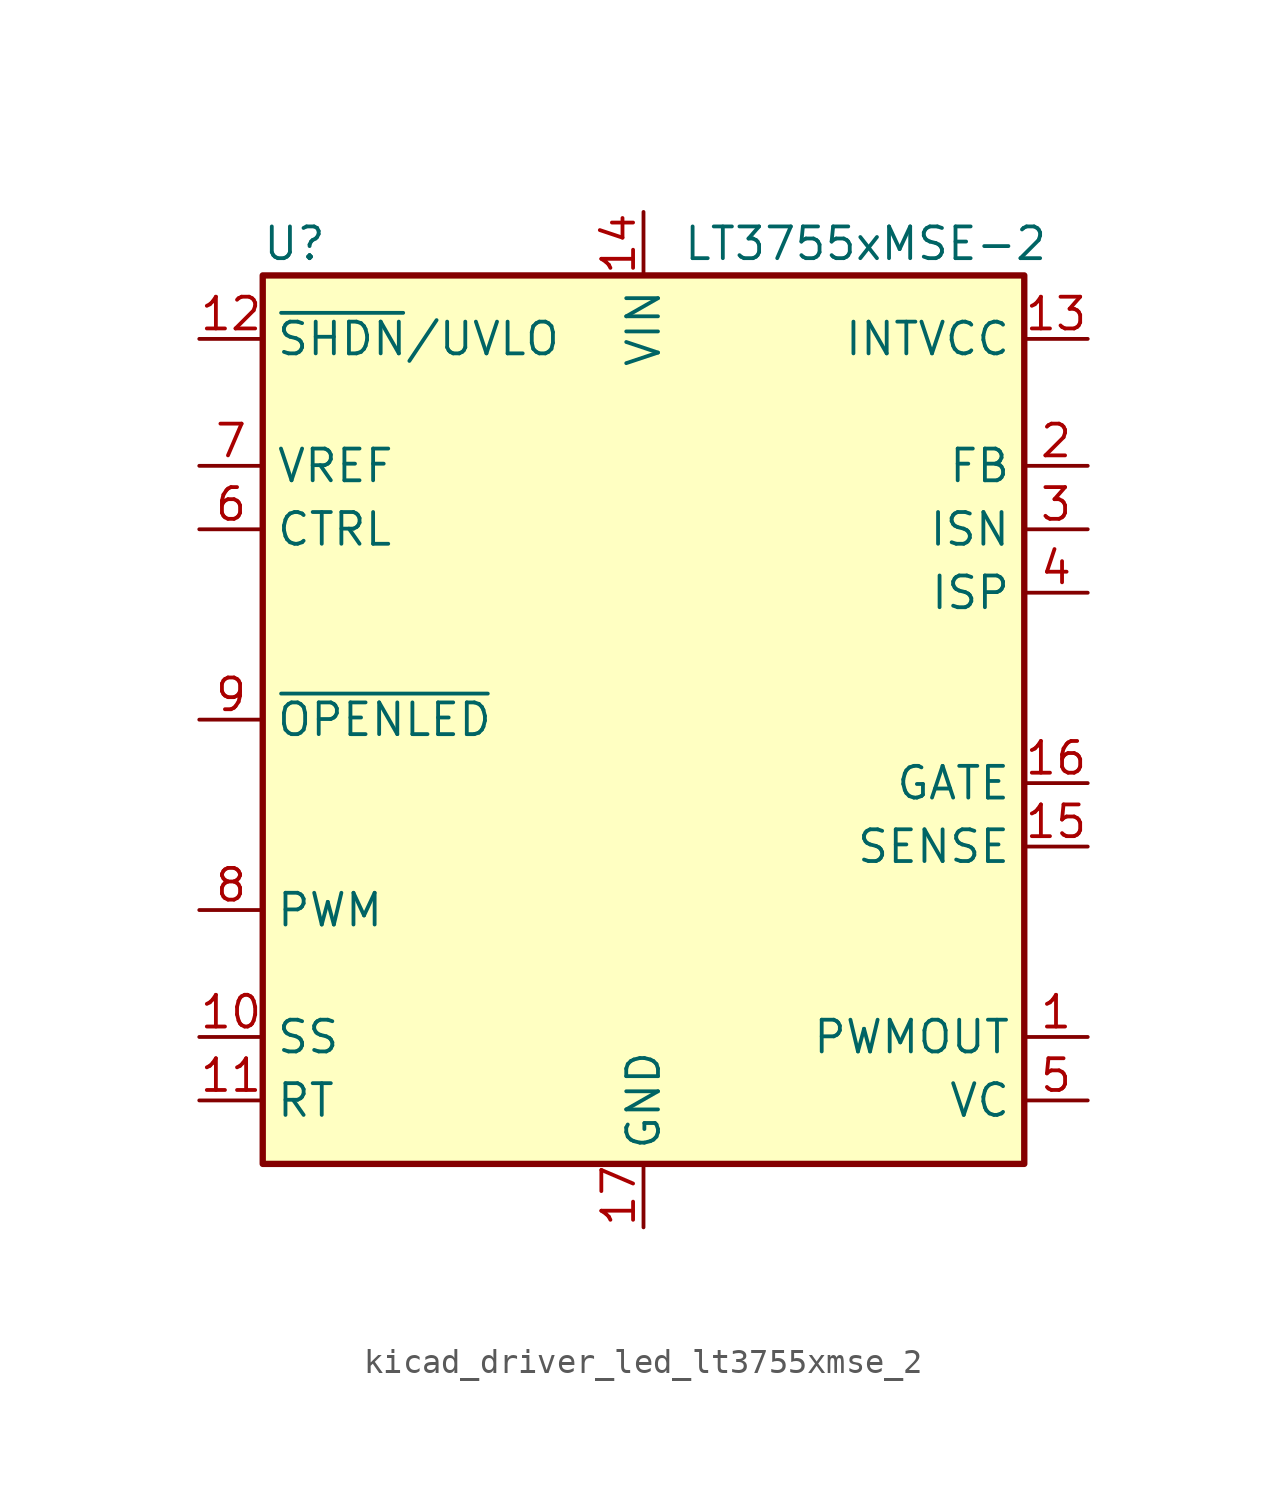
<source format=kicad_sym>
(kicad_symbol_lib
  (version 20220914)
  (generator kicad_symbol_editor)
  (symbol "kicad_driver_led_lt3755xmse_2"
    (property "Reference" "U"
      (at -13.97 19.05 0)
      (effects (font (size 1.27 1.27))))
    (property "Value" "LT3755xMSE-2"
      (at 8.89 19.05 0)
      (effects (font (size 1.27 1.27))))
    (symbol "kicad_driver_led_lt3755xmse_2_0_1"
      (rectangle (start -15.24 -17.78) (end 15.24 17.78) (stroke (width 0.254) (type default)) (fill (type background))))
    (symbol "kicad_driver_led_lt3755xmse_2_1_1"
      (pin output line (at 17.78 -12.7 180) (length 2.54) (name "PWMOUT" (effects (font (size 1.27 1.27)))) (number "1" (effects (font (size 1.27 1.27)))))
      (pin input line (at -17.78 -12.7 0) (length 2.54) (name "SS" (effects (font (size 1.27 1.27)))) (number "10" (effects (font (size 1.27 1.27)))))
      (pin input line (at -17.78 -15.24 0) (length 2.54) (name "RT" (effects (font (size 1.27 1.27)))) (number "11" (effects (font (size 1.27 1.27)))))
      (pin input line (at -17.78 15.24 0) (length 2.54) (name "~{SHDN}/UVLO" (effects (font (size 1.27 1.27)))) (number "12" (effects (font (size 1.27 1.27)))))
      (pin power_out line (at 17.78 15.24 180) (length 2.54) (name "INTVCC" (effects (font (size 1.27 1.27)))) (number "13" (effects (font (size 1.27 1.27)))))
      (pin power_in line (at 0 20.32 270) (length 2.54) (name "VIN" (effects (font (size 1.27 1.27)))) (number "14" (effects (font (size 1.27 1.27)))))
      (pin input line (at 17.78 -5.08 180) (length 2.54) (name "SENSE" (effects (font (size 1.27 1.27)))) (number "15" (effects (font (size 1.27 1.27)))))
      (pin output line (at 17.78 -2.54 180) (length 2.54) (name "GATE" (effects (font (size 1.27 1.27)))) (number "16" (effects (font (size 1.27 1.27)))))
      (pin power_in line (at 0 -20.32 90) (length 2.54) (name "GND" (effects (font (size 1.27 1.27)))) (number "17" (effects (font (size 1.27 1.27)))))
      (pin input line (at 17.78 10.16 180) (length 2.54) (name "FB" (effects (font (size 1.27 1.27)))) (number "2" (effects (font (size 1.27 1.27)))))
      (pin input line (at 17.78 7.62 180) (length 2.54) (name "ISN" (effects (font (size 1.27 1.27)))) (number "3" (effects (font (size 1.27 1.27)))))
      (pin input line (at 17.78 5.08 180) (length 2.54) (name "ISP" (effects (font (size 1.27 1.27)))) (number "4" (effects (font (size 1.27 1.27)))))
      (pin output line (at 17.78 -15.24 180) (length 2.54) (name "VC" (effects (font (size 1.27 1.27)))) (number "5" (effects (font (size 1.27 1.27)))))
      (pin input line (at -17.78 7.62 0) (length 2.54) (name "CTRL" (effects (font (size 1.27 1.27)))) (number "6" (effects (font (size 1.27 1.27)))))
      (pin output line (at -17.78 10.16 0) (length 2.54) (name "VREF" (effects (font (size 1.27 1.27)))) (number "7" (effects (font (size 1.27 1.27)))))
      (pin input line (at -17.78 -7.62 0) (length 2.54) (name "PWM" (effects (font (size 1.27 1.27)))) (number "8" (effects (font (size 1.27 1.27)))))
      (pin open_collector line (at -17.78 0 0) (length 2.54) (name "~{OPENLED}" (effects (font (size 1.27 1.27)))) (number "9" (effects (font (size 1.27 1.27))))))))
</source>
